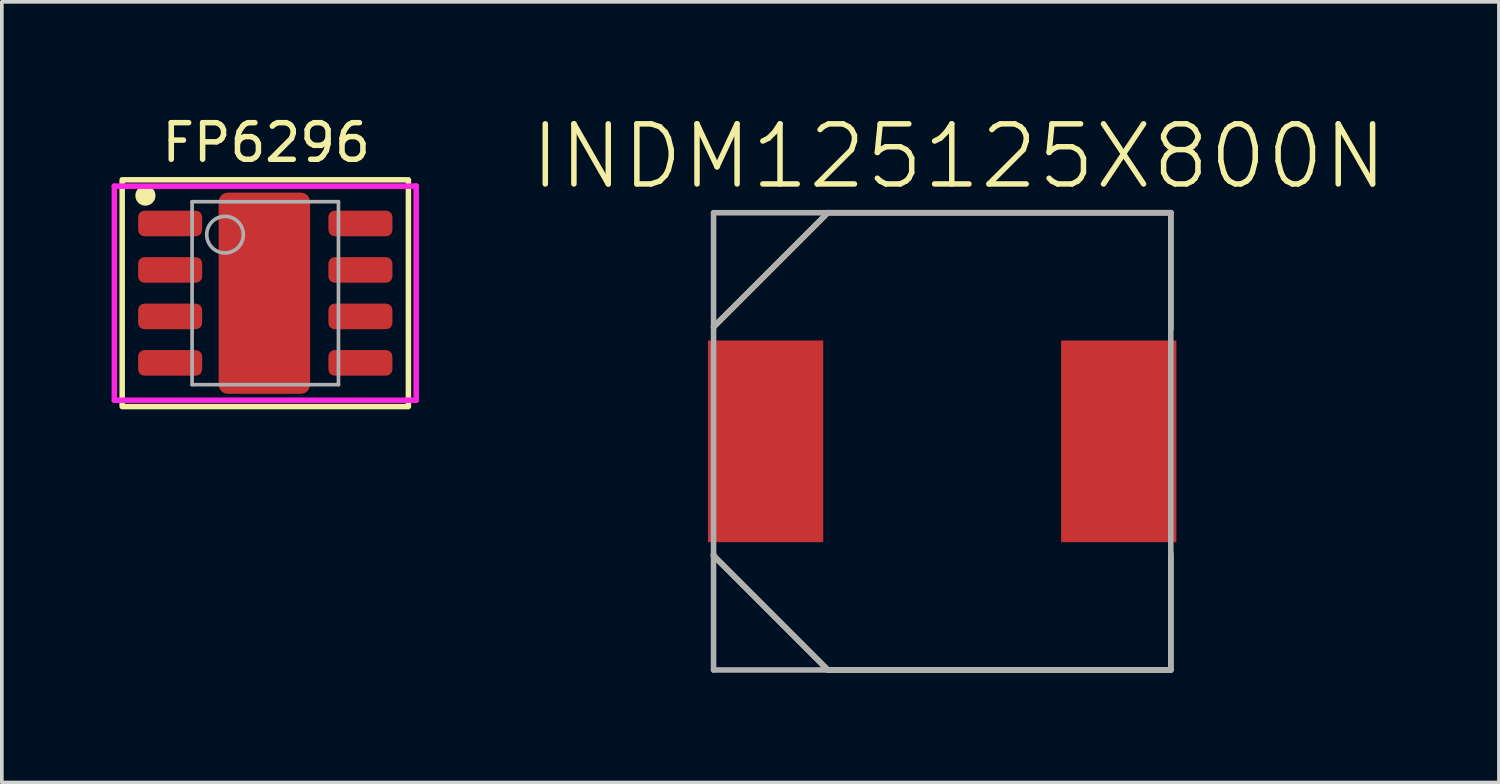
<source format=kicad_pcb>
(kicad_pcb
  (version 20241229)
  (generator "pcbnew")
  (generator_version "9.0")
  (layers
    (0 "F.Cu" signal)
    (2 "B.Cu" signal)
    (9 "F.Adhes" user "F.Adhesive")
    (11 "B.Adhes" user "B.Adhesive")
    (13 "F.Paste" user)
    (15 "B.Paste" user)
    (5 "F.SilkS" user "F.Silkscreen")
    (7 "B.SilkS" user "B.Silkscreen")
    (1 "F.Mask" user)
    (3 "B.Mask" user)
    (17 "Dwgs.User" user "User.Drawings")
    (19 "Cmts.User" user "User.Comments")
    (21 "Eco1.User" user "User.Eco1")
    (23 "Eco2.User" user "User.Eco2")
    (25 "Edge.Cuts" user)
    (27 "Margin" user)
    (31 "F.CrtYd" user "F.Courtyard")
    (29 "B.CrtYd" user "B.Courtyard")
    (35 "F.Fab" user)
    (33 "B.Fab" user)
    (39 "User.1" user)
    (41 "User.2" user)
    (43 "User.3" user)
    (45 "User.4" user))
  (footprint "FP6296"
    (layer "F.Cu")
    (at 4.175 4.963)
    (property "Reference" "FP6296" (at 0.051 -4.115 0) (unlocked yes) (layer "F.SilkS") (effects (font (size 1 1) (thickness 0.15))))
    (attr smd)
    (fp_rect (start -3.886 -3.099) (end 3.937 3.099) (stroke (width 0.15) (type solid)) (fill no) (layer "F.SilkS"))
    (fp_circle (center -3.251 -2.667) (end -3.101 -2.667) (stroke (width 0.25) (type solid)) (fill yes) (layer "F.SilkS"))
    (fp_line (start -4.1 -2.925) (end -4.1 2.925) (stroke (width 0.15) (type solid)) (layer "F.CrtYd"))
    (fp_line (start -4.1 2.925) (end 4.15 2.925) (stroke (width 0.15) (type solid)) (layer "F.CrtYd"))
    (fp_line (start 4.15 -2.925) (end -4.1 -2.925) (stroke (width 0.15) (type solid)) (layer "F.CrtYd"))
    (fp_line (start 4.15 -2.925) (end 4.15 -2.925) (stroke (width 0.15) (type solid)) (layer "F.CrtYd"))
    (fp_line (start 4.15 2.925) (end 4.15 -2.925) (stroke (width 0.15) (type solid)) (layer "F.CrtYd"))
    (fp_line (start -1.975 -2.5) (end 2.025 -2.5) (stroke (width 0.1) (type solid)) (layer "F.Fab"))
    (fp_line (start -1.975 2.5) (end -1.975 -2.5) (stroke (width 0.1) (type solid)) (layer "F.Fab"))
    (fp_line (start -1.975 2.5) (end 2.025 2.5) (stroke (width 0.1) (type solid)) (layer "F.Fab"))
    (fp_line (start 2.025 2.5) (end 2.025 -2.5) (stroke (width 0.1) (type solid)) (layer "F.Fab"))
    (fp_circle (center -1.075 -1.6) (end -0.575 -1.6) (stroke (width 0.1) (type solid)) (fill no) (layer "F.Fab"))
    (pad "1" smd roundrect (at -2.575 -1.905 90) (size 0.7 1.75) (layers "F.Cu" "F.Mask" "F.Paste") (roundrect_rratio 0.25))
    (pad "2" smd roundrect (at -2.575 -0.635 90) (size 0.7 1.75) (layers "F.Cu" "F.Mask" "F.Paste") (roundrect_rratio 0.25))
    (pad "3" smd roundrect (at -2.575 0.635 90) (size 0.7 1.75) (layers "F.Cu" "F.Mask" "F.Paste") (roundrect_rratio 0.25))
    (pad "4" smd roundrect (at -2.575 1.905 90) (size 0.7 1.75) (layers "F.Cu" "F.Mask" "F.Paste") (roundrect_rratio 0.25))
    (pad "5" smd roundrect (at 2.625 1.905 90) (size 0.7 1.75) (layers "F.Cu" "F.Mask" "F.Paste") (roundrect_rratio 0.25))
    (pad "6" smd roundrect (at 2.625 0.635 90) (size 0.7 1.75) (layers "F.Cu" "F.Mask" "F.Paste") (roundrect_rratio 0.25))
    (pad "7" smd roundrect (at 2.625 -0.635 90) (size 0.7 1.75) (layers "F.Cu" "F.Mask" "F.Paste") (roundrect_rratio 0.25))
    (pad "8" smd roundrect (at 2.625 -1.905 90) (size 0.7 1.75) (layers "F.Cu" "F.Mask" "F.Paste") (roundrect_rratio 0.25))
    (pad "9" smd roundrect (at 0 0) (size 2.5 5.5) (layers "F.Cu" "F.Mask" "F.Paste") (roundrect_rratio 0.1)))
  (footprint "INDM125125X800N"
    (layer "F.Cu")
    (at 22.7 9.012)
    (property "Reference" "INDM125125X800N" (at 0.458 -7.787 0) (layer "F.SilkS") (effects (font (size 1.643 1.643) (thickness 0.15))))
    (attr smd)
    (fp_line (start -6.248 -3.124) (end -3.124 -6.248) (stroke (width 0.152) (type solid)) (layer "F.SilkS"))
    (fp_line (start -6.248 3.073) (end -6.248 3.124) (stroke (width 0.152) (type solid)) (layer "F.SilkS"))
    (fp_line (start -6.248 3.124) (end -3.124 6.248) (stroke (width 0.152) (type solid)) (layer "F.SilkS"))
    (fp_line (start -3.124 6.248) (end 6.248 6.248) (stroke (width 0.152) (type solid)) (layer "F.SilkS"))
    (fp_line (start 6.248 -6.248) (end -3.124 -6.248) (stroke (width 0.152) (type solid)) (layer "F.SilkS"))
    (fp_line (start 6.248 -3.073) (end 6.248 -6.248) (stroke (width 0.152) (type solid)) (layer "F.SilkS"))
    (fp_line (start 6.248 6.248) (end 6.248 3.073) (stroke (width 0.152) (type solid)) (layer "F.SilkS"))
    (fp_line (start -6.248 -6.248) (end -6.248 6.248) (stroke (width 0.152) (type solid)) (layer "F.Fab"))
    (fp_line (start -6.248 -3.124) (end -3.124 -6.248) (stroke (width 0.152) (type solid)) (layer "F.Fab"))
    (fp_line (start -6.248 3.124) (end -3.124 6.248) (stroke (width 0.152) (type solid)) (layer "F.Fab"))
    (fp_line (start -6.248 6.248) (end 6.248 6.248) (stroke (width 0.152) (type solid)) (layer "F.Fab"))
    (fp_line (start 6.248 -6.248) (end -6.248 -6.248) (stroke (width 0.152) (type solid)) (layer "F.Fab"))
    (fp_line (start 6.248 6.248) (end 6.248 -6.248) (stroke (width 0.152) (type solid)) (layer "F.Fab"))
    (pad "1" smd rect (at -4.826 0 90) (size 5.512 3.15) (layers "F.Cu" "F.Mask" "F.Paste"))
    (pad "2" smd rect (at 4.826 0 90) (size 5.512 3.15) (layers "F.Cu" "F.Mask" "F.Paste")))
  (gr_rect
    (start -3 -3)
    (end 37.916 18.336)
    (stroke (width 0.1) (type default))
    (fill no)
    (layer "Edge.Cuts")))
</source>
